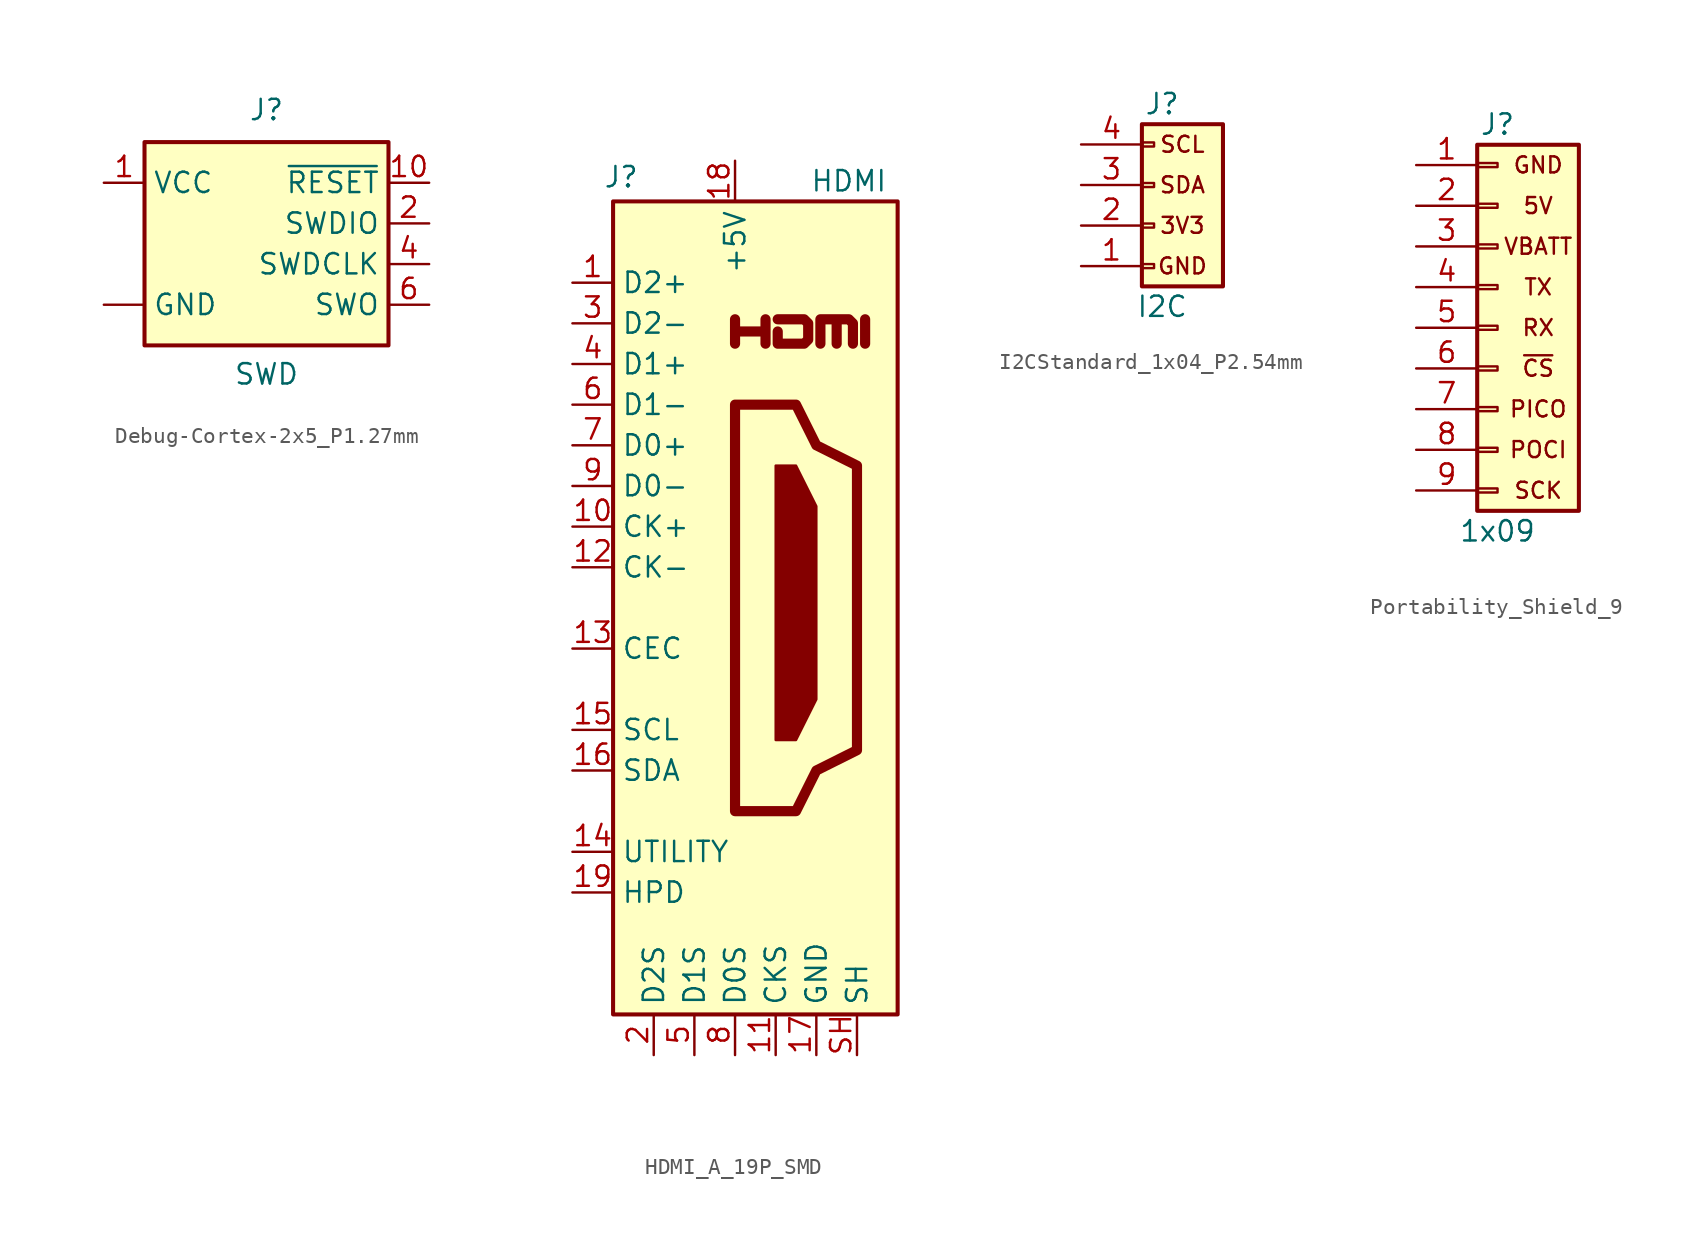
<source format=kicad_sym>
(kicad_symbol_lib
  (version 20241209)
  (generator "kicad_symbol_editor")
  (generator_version "9.0")
  (symbol "Debug-Cortex-2x5_P1.27mm"
    (property "Reference" "J"
      (at 0 8.89 0)
      (effects (font (size 1.27 1.27)) (justify bottom)))
    (property "Value" "SWD"
      (at 0 -7.62 0)
      (effects (font (size 1.27 1.27)) (justify bottom)))
    (symbol "Debug-Cortex-2x5_P1.27mm_1_0"
      (pin power_in line (at -10.16 5.08 0) (length 2.54) (name "VCC" (effects (font (size 1.27 1.27)))) (number "1" (effects (font (size 1.27 1.27)))))
      (pin power_in line (at -10.16 -2.54 0) (length 2.54) (name "GND" (effects (font (size 1.27 1.27)))) (number "3" (effects (font (size 0 0)))))
      (pin power_in line (at -10.16 -2.54 0) (length 2.54) (hide yes) (name "GND" (effects (font (size 1.27 1.27)))) (number "5" (effects (font (size 0 0)))))
      (pin input line (at -10.16 -2.54 0) (length 2.54) (hide yes) (name "GND" (effects (font (size 1.27 1.27)))) (number "9" (effects (font (size 0 0)))))
      (pin open_collector line (at 10.16 5.08 180) (length 2.54) (name "~{RESET}" (effects (font (size 1.27 1.27)))) (number "10" (effects (font (size 1.27 1.27)))))
      (pin bidirectional line (at 10.16 2.54 180) (length 2.54) (name "SWDIO" (effects (font (size 1.27 1.27)))) (number "2" (effects (font (size 1.27 1.27)))))
      (pin output line (at 10.16 0 180) (length 2.54) (name "SWDCLK" (effects (font (size 1.27 1.27)))) (number "4" (effects (font (size 1.27 1.27)))))
      (pin input line (at 10.16 -2.54 180) (length 2.54) (name "SWO" (effects (font (size 1.27 1.27)))) (number "6" (effects (font (size 1.27 1.27))))))
    (symbol "Debug-Cortex-2x5_P1.27mm_1_1"
      (rectangle (start -7.62 7.62) (end 7.62 -5.08) (stroke (width 0.254) (type default)) (fill (type background)))))
  (symbol "HDMI_A_19P_SMD"
    (property "Reference" "J"
      (at -7.112 26.924 0)
      (effects (font (size 1.27 1.27))))
    (property "Value" "HDMI"
      (at 7.112 26.67 0)
      (effects (font (size 1.27 1.27))))
    (symbol "HDMI_A_19P_SMD_0_0"
      (polyline (pts (xy 0 16.51) (xy 0 18.034) (xy 0 17.272) (xy 1.905 17.272) (xy 1.905 18.034) (xy 1.905 16.51)) (stroke (width 0.635) (type default)) (fill (type none)))
      (polyline (pts (xy 2.667 18.034) (xy 4.318 18.034) (xy 4.572 17.78) (xy 4.572 16.764) (xy 4.318 16.51) (xy 2.667 16.51) (xy 2.667 17.272)) (stroke (width 0.635) (type default)) (fill (type none)))
      (polyline (pts (xy 8.128 16.51) (xy 8.128 18.034)) (stroke (width 0.635) (type default)) (fill (type none))))
    (symbol "HDMI_A_19P_SMD_0_1"
      (rectangle (start -7.62 25.4) (end 10.16 -25.4) (stroke (width 0.254) (type default)) (fill (type background)))
      (polyline (pts (xy 0 12.7) (xy 0 -12.7) (xy 3.81 -12.7) (xy 5.08 -10.16) (xy 7.62 -8.89) (xy 7.62 8.89) (xy 5.08 10.16) (xy 3.81 12.7) (xy 0 12.7)) (stroke (width 0.635) (type default)) (fill (type none)))
      (polyline (pts (xy 2.54 8.89) (xy 3.81 8.89) (xy 5.08 6.35) (xy 5.08 -5.715) (xy 3.81 -8.255) (xy 2.54 -8.255) (xy 2.54 8.89)) (stroke (width 0) (type default)) (fill (type outline)))
      (polyline (pts (xy 5.334 16.51) (xy 5.334 18.034) (xy 6.35 18.034) (xy 6.35 16.51) (xy 6.35 18.034) (xy 7.112 18.034) (xy 7.366 17.78) (xy 7.366 16.51)) (stroke (width 0.635) (type default)) (fill (type none))))
    (symbol "HDMI_A_19P_SMD_1_1"
      (pin passive line (at -10.16 20.32 0) (length 2.54) (name "D2+" (effects (font (size 1.27 1.27)))) (number "1" (effects (font (size 1.27 1.27)))))
      (pin passive line (at -10.16 17.78 0) (length 2.54) (name "D2-" (effects (font (size 1.27 1.27)))) (number "3" (effects (font (size 1.27 1.27)))))
      (pin passive line (at -10.16 15.24 0) (length 2.54) (name "D1+" (effects (font (size 1.27 1.27)))) (number "4" (effects (font (size 1.27 1.27)))))
      (pin passive line (at -10.16 12.7 0) (length 2.54) (name "D1-" (effects (font (size 1.27 1.27)))) (number "6" (effects (font (size 1.27 1.27)))))
      (pin passive line (at -10.16 10.16 0) (length 2.54) (name "D0+" (effects (font (size 1.27 1.27)))) (number "7" (effects (font (size 1.27 1.27)))))
      (pin passive line (at -10.16 7.62 0) (length 2.54) (name "D0-" (effects (font (size 1.27 1.27)))) (number "9" (effects (font (size 1.27 1.27)))))
      (pin passive line (at -10.16 5.08 0) (length 2.54) (name "CK+" (effects (font (size 1.27 1.27)))) (number "10" (effects (font (size 1.27 1.27)))))
      (pin passive line (at -10.16 2.54 0) (length 2.54) (name "CK-" (effects (font (size 1.27 1.27)))) (number "12" (effects (font (size 1.27 1.27)))))
      (pin bidirectional line (at -10.16 -2.54 0) (length 2.54) (name "CEC" (effects (font (size 1.27 1.27)))) (number "13" (effects (font (size 1.27 1.27)))))
      (pin passive line (at -10.16 -7.62 0) (length 2.54) (name "SCL" (effects (font (size 1.27 1.27)))) (number "15" (effects (font (size 1.27 1.27)))))
      (pin bidirectional line (at -10.16 -10.16 0) (length 2.54) (name "SDA" (effects (font (size 1.27 1.27)))) (number "16" (effects (font (size 1.27 1.27)))))
      (pin passive line (at -10.16 -15.24 0) (length 2.54) (name "UTILITY" (effects (font (size 1.27 1.27)))) (number "14" (effects (font (size 1.27 1.27)))))
      (pin passive line (at -10.16 -17.78 0) (length 2.54) (name "HPD" (effects (font (size 1.27 1.27)))) (number "19" (effects (font (size 1.27 1.27)))))
      (pin power_in line (at -5.08 -27.94 90) (length 2.54) (name "D2S" (effects (font (size 1.27 1.27)))) (number "2" (effects (font (size 1.27 1.27)))))
      (pin power_in line (at -2.54 -27.94 90) (length 2.54) (name "D1S" (effects (font (size 1.27 1.27)))) (number "5" (effects (font (size 1.27 1.27)))))
      (pin power_in line (at 0 27.94 270) (length 2.54) (name "+5V" (effects (font (size 1.27 1.27)))) (number "18" (effects (font (size 1.27 1.27)))))
      (pin power_in line (at 0 -27.94 90) (length 2.54) (name "D0S" (effects (font (size 1.27 1.27)))) (number "8" (effects (font (size 1.27 1.27)))))
      (pin power_in line (at 2.54 -27.94 90) (length 2.54) (name "CKS" (effects (font (size 1.27 1.27)))) (number "11" (effects (font (size 1.27 1.27)))))
      (pin power_in line (at 5.08 -27.94 90) (length 2.54) (name "GND" (effects (font (size 1.27 1.27)))) (number "17" (effects (font (size 1.27 1.27)))))
      (pin passive line (at 7.62 -27.94 90) (length 2.54) (name "SH" (effects (font (size 1.27 1.27)))) (number "SH" (effects (font (size 1.27 1.27)))))))
  (symbol "I2CStandard_1x04_P2.54mm"
    (pin_names
      (offset 1.016)
      (hide yes))
    (property "Reference" "J"
      (at 0 5.08 0)
      (effects (font (size 1.27 1.27))))
    (property "Value" "I2C"
      (at 0 -7.62 0)
      (effects (font (size 1.27 1.27))))
    (symbol "I2CStandard_1x04_P2.54mm_1_1"
      (rectangle (start -1.27 3.81) (end 3.81 -6.35) (stroke (width 0.254) (type default)) (fill (type background)))
      (rectangle (start -1.27 2.667) (end -0.508 2.413) (stroke (width 0.152) (type default)) (fill (type none)))
      (rectangle (start -1.27 0.127) (end -0.508 -0.127) (stroke (width 0.152) (type default)) (fill (type none)))
      (rectangle (start -1.27 -2.413) (end -0.508 -2.667) (stroke (width 0.152) (type default)) (fill (type none)))
      (rectangle (start -1.27 -4.953) (end -0.508 -5.207) (stroke (width 0.152) (type default)) (fill (type none)))
      (text "SCL" (at 1.27 2.54 0) (effects (font (size 1 1))))
      (text "SDA" (at 1.27 0 0) (effects (font (size 1 1))))
      (text "3V3" (at 1.27 -2.54 0) (effects (font (size 1 1))))
      (text "GND" (at 1.27 -5.08 0) (effects (font (size 1 1))))
      (pin passive line (at -5.08 2.54 0) (length 3.81) (name "Pin_4" (effects (font (size 1.27 1.27)))) (number "4" (effects (font (size 1.27 1.27)))))
      (pin passive line (at -5.08 0 0) (length 3.81) (name "Pin_3" (effects (font (size 1.27 1.27)))) (number "3" (effects (font (size 1.27 1.27)))))
      (pin passive line (at -5.08 -2.54 0) (length 3.81) (name "Pin_2" (effects (font (size 1.27 1.27)))) (number "2" (effects (font (size 1.27 1.27)))))
      (pin passive line (at -5.08 -5.08 0) (length 3.81) (name "Pin_1" (effects (font (size 1.27 1.27)))) (number "1" (effects (font (size 1.27 1.27)))))))
  (symbol "Portability_Shield_9"
    (pin_names
      (offset 1.016)
      (hide yes))
    (property "Reference" "J"
      (at 0 12.7 0)
      (effects (font (size 1.27 1.27))))
    (property "Value" "1x09"
      (at 0 -12.7 0)
      (effects (font (size 1.27 1.27))))
    (symbol "Portability_Shield_9_1_1"
      (rectangle (start -1.27 10.033) (end 0 10.287) (stroke (width 0.152) (type default)) (fill (type none)))
      (rectangle (start -1.27 7.493) (end 0 7.747) (stroke (width 0.152) (type default)) (fill (type none)))
      (rectangle (start -1.27 4.953) (end 0 5.207) (stroke (width 0.152) (type default)) (fill (type none)))
      (rectangle (start -1.27 2.413) (end 0 2.667) (stroke (width 0.152) (type default)) (fill (type none)))
      (rectangle (start -1.27 -0.127) (end 0 0.127) (stroke (width 0.152) (type default)) (fill (type none)))
      (rectangle (start -1.27 -2.667) (end 0 -2.413) (stroke (width 0.152) (type default)) (fill (type none)))
      (rectangle (start -1.27 -5.207) (end 0 -4.953) (stroke (width 0.152) (type default)) (fill (type none)))
      (rectangle (start -1.27 -7.747) (end 0 -7.493) (stroke (width 0.152) (type default)) (fill (type none)))
      (rectangle (start -1.27 -10.287) (end 0 -10.033) (stroke (width 0.152) (type default)) (fill (type none)))
      (rectangle (start -1.27 -11.43) (end 5.08 11.43) (stroke (width 0.254) (type default)) (fill (type background)))
      (text "GND" (at 2.54 10.16 0) (effects (font (size 1 1))))
      (text "5V" (at 2.54 7.62 0) (effects (font (size 1 1))))
      (text "VBATT" (at 2.54 5.08 0) (effects (font (size 1 1))))
      (text "TX\n" (at 2.54 2.54 0) (effects (font (size 1 1))))
      (text "RX" (at 2.54 0 0) (effects (font (size 1 1))))
      (text "~{CS}" (at 2.54 -2.54 0) (effects (font (size 1 1))))
      (text "PICO" (at 2.54 -5.08 0) (effects (font (size 1 1))))
      (text "POCI" (at 2.54 -7.62 0) (effects (font (size 1 1))))
      (text "SCK" (at 2.54 -10.16 0) (effects (font (size 1 1))))
      (pin power_in line (at -5.08 10.16 0) (length 3.81) (name "1" (effects (font (size 1.27 1.27)))) (number "1" (effects (font (size 1.27 1.27)))))
      (pin power_in line (at -5.08 7.62 0) (length 3.81) (name "2" (effects (font (size 1.27 1.27)))) (number "2" (effects (font (size 1.27 1.27)))))
      (pin power_in line (at -5.08 5.08 0) (length 3.81) (name "3" (effects (font (size 1.27 1.27)))) (number "3" (effects (font (size 1.27 1.27)))))
      (pin output line (at -5.08 2.54 0) (length 3.81) (name "4" (effects (font (size 1.27 1.27)))) (number "4" (effects (font (size 1.27 1.27)))))
      (pin input line (at -5.08 0 0) (length 3.81) (name "5" (effects (font (size 1.27 1.27)))) (number "5" (effects (font (size 1.27 1.27)))))
      (pin input line (at -5.08 -2.54 0) (length 3.81) (name "6" (effects (font (size 1.27 1.27)))) (number "6" (effects (font (size 1.27 1.27)))))
      (pin input line (at -5.08 -5.08 0) (length 3.81) (name "7" (effects (font (size 1.27 1.27)))) (number "7" (effects (font (size 1.27 1.27)))))
      (pin output line (at -5.08 -7.62 0) (length 3.81) (name "8" (effects (font (size 1.27 1.27)))) (number "8" (effects (font (size 1.27 1.27)))))
      (pin input line (at -5.08 -10.16 0) (length 3.81) (name "9" (effects (font (size 1.27 1.27)))) (number "9" (effects (font (size 1.27 1.27))))))))
</source>
